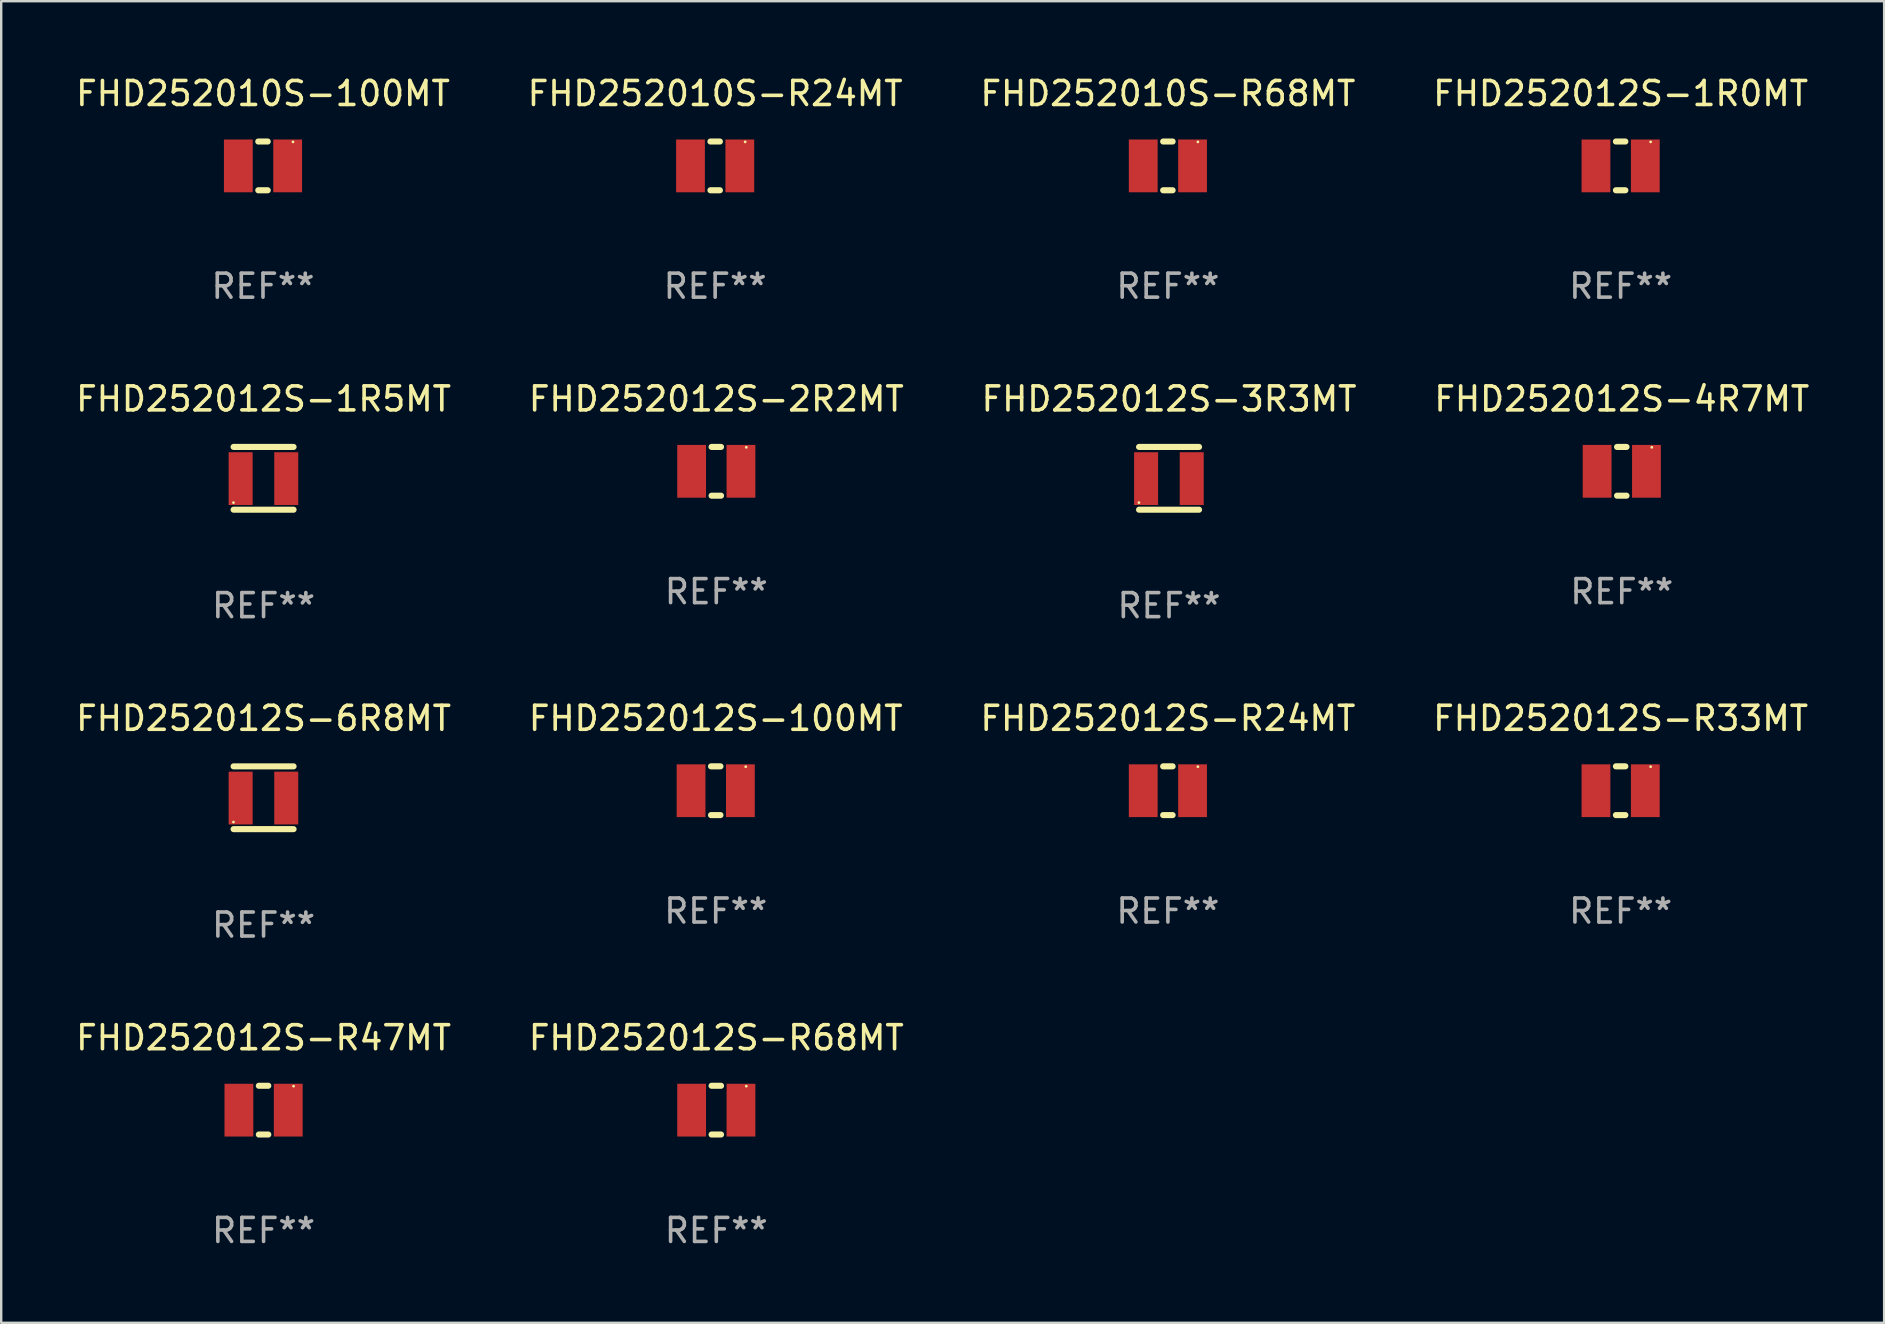
<source format=kicad_pcb>
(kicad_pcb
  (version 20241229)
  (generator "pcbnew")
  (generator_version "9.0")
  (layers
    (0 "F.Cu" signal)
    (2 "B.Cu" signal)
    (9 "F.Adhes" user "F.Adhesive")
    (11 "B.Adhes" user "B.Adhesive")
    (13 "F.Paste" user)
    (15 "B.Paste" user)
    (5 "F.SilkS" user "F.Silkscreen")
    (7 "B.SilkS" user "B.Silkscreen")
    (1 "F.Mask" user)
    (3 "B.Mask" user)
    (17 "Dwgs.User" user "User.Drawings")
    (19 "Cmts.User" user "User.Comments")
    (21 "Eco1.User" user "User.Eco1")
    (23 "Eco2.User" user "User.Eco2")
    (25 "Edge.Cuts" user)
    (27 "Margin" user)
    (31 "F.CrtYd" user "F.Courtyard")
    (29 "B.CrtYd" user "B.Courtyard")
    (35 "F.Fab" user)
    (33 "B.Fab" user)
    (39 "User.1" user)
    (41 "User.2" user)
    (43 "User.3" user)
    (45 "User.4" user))
  (footprint "FHD252012S-1R5MT"
    (layer "F.Cu")
    (at 7.935 16.885)
    (property "Reference" "FHD252012S-1R5MT" (at 0 -3.308 0) (layer "F.SilkS") (effects (font (size 1 1) (thickness 0.15))))
    (attr through_hole)
    (fp_line (start -1.25 -1.308) (end 1.25 -1.308) (stroke (width 0.254) (type solid)) (layer "F.SilkS"))
    (fp_line (start -1.25 1.308) (end 1.25 1.308) (stroke (width 0.254) (type solid)) (layer "F.SilkS"))
    (fp_circle (center -1.255 1.013) (end -1.225 1.013) (stroke (width 0.06) (type solid)) (fill no) (layer "F.SilkS"))
    (fp_text user "REF**" (at 0 5.308 0) (layer "F.Fab") (effects (font (size 1 1) (thickness 0.15))))
    (pad "1" smd rect (at -0.956 0.013) (size 1 2.2) (layers "F.Cu" "F.Mask" "F.Paste"))
    (pad "2" smd rect (at 0.945 0.013) (size 1 2.2) (layers "F.Cu" "F.Mask" "F.Paste")))
  (footprint "FHD252012S-6R8MT"
    (layer "F.Cu")
    (at 7.935 30.198)
    (property "Reference" "FHD252012S-6R8MT" (at 0 -3.308 0) (layer "F.SilkS") (effects (font (size 1 1) (thickness 0.15))))
    (attr through_hole)
    (fp_line (start -1.25 -1.308) (end 1.25 -1.308) (stroke (width 0.254) (type solid)) (layer "F.SilkS"))
    (fp_line (start -1.25 1.308) (end 1.25 1.308) (stroke (width 0.254) (type solid)) (layer "F.SilkS"))
    (fp_circle (center -1.255 1.013) (end -1.225 1.013) (stroke (width 0.06) (type solid)) (fill no) (layer "F.SilkS"))
    (fp_text user "REF**" (at 0 5.308 0) (layer "F.Fab") (effects (font (size 1 1) (thickness 0.15))))
    (pad "1" smd rect (at -0.956 0.013) (size 1 2.2) (layers "F.Cu" "F.Mask" "F.Paste"))
    (pad "2" smd rect (at 0.945 0.013) (size 1 2.2) (layers "F.Cu" "F.Mask" "F.Paste")))
  (footprint "FHD252010S-R24MT"
    (layer "F.Cu")
    (at 26.756 3.864)
    (property "Reference" "FHD252010S-R24MT" (at 0 -3.016 0) (layer "F.SilkS") (effects (font (size 1 1) (thickness 0.15))))
    (attr through_hole)
    (fp_line (start -0.197 1.016) (end 0.197 1.016) (stroke (width 0.254) (type solid)) (layer "F.SilkS"))
    (fp_line (start 0.197 -1.016) (end -0.197 -1.016) (stroke (width 0.254) (type solid)) (layer "F.SilkS"))
    (fp_circle (center 1.25 -1) (end 1.28 -1) (stroke (width 0.06) (type solid)) (fill no) (layer "F.SilkS"))
    (fp_text user "REF**" (at 0 5.016 0) (layer "F.Fab") (effects (font (size 1 1) (thickness 0.15))))
    (pad "1" smd rect (at 1.028 0) (size 1.2 2.2) (layers "F.Cu" "F.Mask" "F.Paste"))
    (pad "2" smd rect (at -1.028 0) (size 1.2 2.2) (layers "F.Cu" "F.Mask" "F.Paste")))
  (footprint "FHD252012S-2R2MT"
    (layer "F.Cu")
    (at 26.804 16.593)
    (property "Reference" "FHD252012S-2R2MT" (at 0 -3.016 0) (layer "F.SilkS") (effects (font (size 1 1) (thickness 0.15))))
    (attr through_hole)
    (fp_line (start -0.197 1.016) (end 0.197 1.016) (stroke (width 0.254) (type solid)) (layer "F.SilkS"))
    (fp_line (start 0.197 -1.016) (end -0.197 -1.016) (stroke (width 0.254) (type solid)) (layer "F.SilkS"))
    (fp_circle (center 1.25 -1) (end 1.28 -1) (stroke (width 0.06) (type solid)) (fill no) (layer "F.SilkS"))
    (fp_text user "REF**" (at 0 5.016 0) (layer "F.Fab") (effects (font (size 1 1) (thickness 0.15))))
    (pad "1" smd rect (at 1.028 0) (size 1.2 2.2) (layers "F.Cu" "F.Mask" "F.Paste"))
    (pad "2" smd rect (at -1.028 0) (size 1.2 2.2) (layers "F.Cu" "F.Mask" "F.Paste")))
  (footprint "FHD252010S-R68MT"
    (layer "F.Cu")
    (at 45.625 3.864)
    (property "Reference" "FHD252010S-R68MT" (at 0 -3.016 0) (layer "F.SilkS") (effects (font (size 1 1) (thickness 0.15))))
    (attr through_hole)
    (fp_line (start -0.197 1.016) (end 0.197 1.016) (stroke (width 0.254) (type solid)) (layer "F.SilkS"))
    (fp_line (start 0.197 -1.016) (end -0.197 -1.016) (stroke (width 0.254) (type solid)) (layer "F.SilkS"))
    (fp_circle (center 1.25 -1) (end 1.28 -1) (stroke (width 0.06) (type solid)) (fill no) (layer "F.SilkS"))
    (fp_text user "REF**" (at 0 5.016 0) (layer "F.Fab") (effects (font (size 1 1) (thickness 0.15))))
    (pad "1" smd rect (at 1.028 0) (size 1.2 2.2) (layers "F.Cu" "F.Mask" "F.Paste"))
    (pad "2" smd rect (at -1.028 0) (size 1.2 2.2) (layers "F.Cu" "F.Mask" "F.Paste")))
  (footprint "FHD252012S-3R3MT"
    (layer "F.Cu")
    (at 45.673 16.885)
    (property "Reference" "FHD252012S-3R3MT" (at 0 -3.308 0) (layer "F.SilkS") (effects (font (size 1 1) (thickness 0.15))))
    (attr through_hole)
    (fp_line (start -1.25 -1.308) (end 1.25 -1.308) (stroke (width 0.254) (type solid)) (layer "F.SilkS"))
    (fp_line (start -1.25 1.308) (end 1.25 1.308) (stroke (width 0.254) (type solid)) (layer "F.SilkS"))
    (fp_circle (center -1.255 1.013) (end -1.225 1.013) (stroke (width 0.06) (type solid)) (fill no) (layer "F.SilkS"))
    (fp_text user "REF**" (at 0 5.308 0) (layer "F.Fab") (effects (font (size 1 1) (thickness 0.15))))
    (pad "1" smd rect (at -0.956 0.013) (size 1 2.2) (layers "F.Cu" "F.Mask" "F.Paste"))
    (pad "2" smd rect (at 0.945 0.013) (size 1 2.2) (layers "F.Cu" "F.Mask" "F.Paste")))
  (footprint "FHD252012S-R24MT"
    (layer "F.Cu")
    (at 45.625 29.905)
    (property "Reference" "FHD252012S-R24MT" (at 0 -3.016 0) (layer "F.SilkS") (effects (font (size 1 1) (thickness 0.15))))
    (attr through_hole)
    (fp_line (start -0.197 1.016) (end 0.197 1.016) (stroke (width 0.254) (type solid)) (layer "F.SilkS"))
    (fp_line (start 0.197 -1.016) (end -0.197 -1.016) (stroke (width 0.254) (type solid)) (layer "F.SilkS"))
    (fp_circle (center 1.25 -1) (end 1.28 -1) (stroke (width 0.06) (type solid)) (fill no) (layer "F.SilkS"))
    (fp_text user "REF**" (at 0 5.016 0) (layer "F.Fab") (effects (font (size 1 1) (thickness 0.15))))
    (pad "1" smd rect (at 1.028 0) (size 1.2 2.2) (layers "F.Cu" "F.Mask" "F.Paste"))
    (pad "2" smd rect (at -1.028 0) (size 1.2 2.2) (layers "F.Cu" "F.Mask" "F.Paste")))
  (footprint "FHD252012S-R47MT"
    (layer "F.Cu")
    (at 7.935 43.218)
    (property "Reference" "FHD252012S-R47MT" (at 0 -3.016 0) (layer "F.SilkS") (effects (font (size 1 1) (thickness 0.15))))
    (attr through_hole)
    (fp_line (start -0.197 1.016) (end 0.197 1.016) (stroke (width 0.254) (type solid)) (layer "F.SilkS"))
    (fp_line (start 0.197 -1.016) (end -0.197 -1.016) (stroke (width 0.254) (type solid)) (layer "F.SilkS"))
    (fp_circle (center 1.25 -1) (end 1.28 -1) (stroke (width 0.06) (type solid)) (fill no) (layer "F.SilkS"))
    (fp_text user "REF**" (at 0 5.016 0) (layer "F.Fab") (effects (font (size 1 1) (thickness 0.15))))
    (pad "1" smd rect (at 1.028 0) (size 1.2 2.2) (layers "F.Cu" "F.Mask" "F.Paste"))
    (pad "2" smd rect (at -1.028 0) (size 1.2 2.2) (layers "F.Cu" "F.Mask" "F.Paste")))
  (footprint "FHD252012S-R33MT"
    (layer "F.Cu")
    (at 64.494 29.905)
    (property "Reference" "FHD252012S-R33MT" (at 0 -3.016 0) (layer "F.SilkS") (effects (font (size 1 1) (thickness 0.15))))
    (attr through_hole)
    (fp_line (start -0.197 1.016) (end 0.197 1.016) (stroke (width 0.254) (type solid)) (layer "F.SilkS"))
    (fp_line (start 0.197 -1.016) (end -0.197 -1.016) (stroke (width 0.254) (type solid)) (layer "F.SilkS"))
    (fp_circle (center 1.25 -1) (end 1.28 -1) (stroke (width 0.06) (type solid)) (fill no) (layer "F.SilkS"))
    (fp_text user "REF**" (at 0 5.016 0) (layer "F.Fab") (effects (font (size 1 1) (thickness 0.15))))
    (pad "1" smd rect (at 1.028 0) (size 1.2 2.2) (layers "F.Cu" "F.Mask" "F.Paste"))
    (pad "2" smd rect (at -1.028 0) (size 1.2 2.2) (layers "F.Cu" "F.Mask" "F.Paste")))
  (footprint "FHD252012S-100MT"
    (layer "F.Cu")
    (at 26.78 29.905)
    (property "Reference" "FHD252012S-100MT" (at 0 -3.016 0) (layer "F.SilkS") (effects (font (size 1 1) (thickness 0.15))))
    (attr through_hole)
    (fp_line (start -0.197 1.016) (end 0.197 1.016) (stroke (width 0.254) (type solid)) (layer "F.SilkS"))
    (fp_line (start 0.197 -1.016) (end -0.197 -1.016) (stroke (width 0.254) (type solid)) (layer "F.SilkS"))
    (fp_circle (center 1.25 -1) (end 1.28 -1) (stroke (width 0.06) (type solid)) (fill no) (layer "F.SilkS"))
    (fp_text user "REF**" (at 0 5.016 0) (layer "F.Fab") (effects (font (size 1 1) (thickness 0.15))))
    (pad "1" smd rect (at 1.028 0) (size 1.2 2.2) (layers "F.Cu" "F.Mask" "F.Paste"))
    (pad "2" smd rect (at -1.028 0) (size 1.2 2.2) (layers "F.Cu" "F.Mask" "F.Paste")))
  (footprint "FHD252012S-R68MT"
    (layer "F.Cu")
    (at 26.804 43.218)
    (property "Reference" "FHD252012S-R68MT" (at 0 -3.016 0) (layer "F.SilkS") (effects (font (size 1 1) (thickness 0.15))))
    (attr through_hole)
    (fp_line (start -0.197 1.016) (end 0.197 1.016) (stroke (width 0.254) (type solid)) (layer "F.SilkS"))
    (fp_line (start 0.197 -1.016) (end -0.197 -1.016) (stroke (width 0.254) (type solid)) (layer "F.SilkS"))
    (fp_circle (center 1.25 -1) (end 1.28 -1) (stroke (width 0.06) (type solid)) (fill no) (layer "F.SilkS"))
    (fp_text user "REF**" (at 0 5.016 0) (layer "F.Fab") (effects (font (size 1 1) (thickness 0.15))))
    (pad "1" smd rect (at 1.028 0) (size 1.2 2.2) (layers "F.Cu" "F.Mask" "F.Paste"))
    (pad "2" smd rect (at -1.028 0) (size 1.2 2.2) (layers "F.Cu" "F.Mask" "F.Paste")))
  (footprint "FHD252012S-4R7MT"
    (layer "F.Cu")
    (at 64.542 16.593)
    (property "Reference" "FHD252012S-4R7MT" (at 0 -3.016 0) (layer "F.SilkS") (effects (font (size 1 1) (thickness 0.15))))
    (attr through_hole)
    (fp_line (start -0.197 1.016) (end 0.197 1.016) (stroke (width 0.254) (type solid)) (layer "F.SilkS"))
    (fp_line (start 0.197 -1.016) (end -0.197 -1.016) (stroke (width 0.254) (type solid)) (layer "F.SilkS"))
    (fp_circle (center 1.25 -1) (end 1.28 -1) (stroke (width 0.06) (type solid)) (fill no) (layer "F.SilkS"))
    (fp_text user "REF**" (at 0 5.016 0) (layer "F.Fab") (effects (font (size 1 1) (thickness 0.15))))
    (pad "1" smd rect (at 1.028 0) (size 1.2 2.2) (layers "F.Cu" "F.Mask" "F.Paste"))
    (pad "2" smd rect (at -1.028 0) (size 1.2 2.2) (layers "F.Cu" "F.Mask" "F.Paste")))
  (footprint "FHD252012S-1R0MT"
    (layer "F.Cu")
    (at 64.494 3.864)
    (property "Reference" "FHD252012S-1R0MT" (at 0 -3.016 0) (layer "F.SilkS") (effects (font (size 1 1) (thickness 0.15))))
    (attr through_hole)
    (fp_line (start -0.197 1.016) (end 0.197 1.016) (stroke (width 0.254) (type solid)) (layer "F.SilkS"))
    (fp_line (start 0.197 -1.016) (end -0.197 -1.016) (stroke (width 0.254) (type solid)) (layer "F.SilkS"))
    (fp_circle (center 1.25 -1) (end 1.28 -1) (stroke (width 0.06) (type solid)) (fill no) (layer "F.SilkS"))
    (fp_text user "REF**" (at 0 5.016 0) (layer "F.Fab") (effects (font (size 1 1) (thickness 0.15))))
    (pad "1" smd rect (at 1.028 0) (size 1.2 2.2) (layers "F.Cu" "F.Mask" "F.Paste"))
    (pad "2" smd rect (at -1.028 0) (size 1.2 2.2) (layers "F.Cu" "F.Mask" "F.Paste")))
  (footprint "FHD252010S-100MT"
    (layer "F.Cu")
    (at 7.911 3.864)
    (property "Reference" "FHD252010S-100MT" (at 0 -3.016 0) (layer "F.SilkS") (effects (font (size 1 1) (thickness 0.15))))
    (attr through_hole)
    (fp_line (start -0.197 1.016) (end 0.197 1.016) (stroke (width 0.254) (type solid)) (layer "F.SilkS"))
    (fp_line (start 0.197 -1.016) (end -0.197 -1.016) (stroke (width 0.254) (type solid)) (layer "F.SilkS"))
    (fp_circle (center 1.25 -1) (end 1.28 -1) (stroke (width 0.06) (type solid)) (fill no) (layer "F.SilkS"))
    (fp_text user "REF**" (at 0 5.016 0) (layer "F.Fab") (effects (font (size 1 1) (thickness 0.15))))
    (pad "1" smd rect (at 1.028 0) (size 1.2 2.2) (layers "F.Cu" "F.Mask" "F.Paste"))
    (pad "2" smd rect (at -1.028 0) (size 1.2 2.2) (layers "F.Cu" "F.Mask" "F.Paste")))
  (gr_rect
    (start -3 -3)
    (end 75.476 52.082)
    (stroke (width 0.1) (type default))
    (fill no)
    (layer "Edge.Cuts")))
</source>
